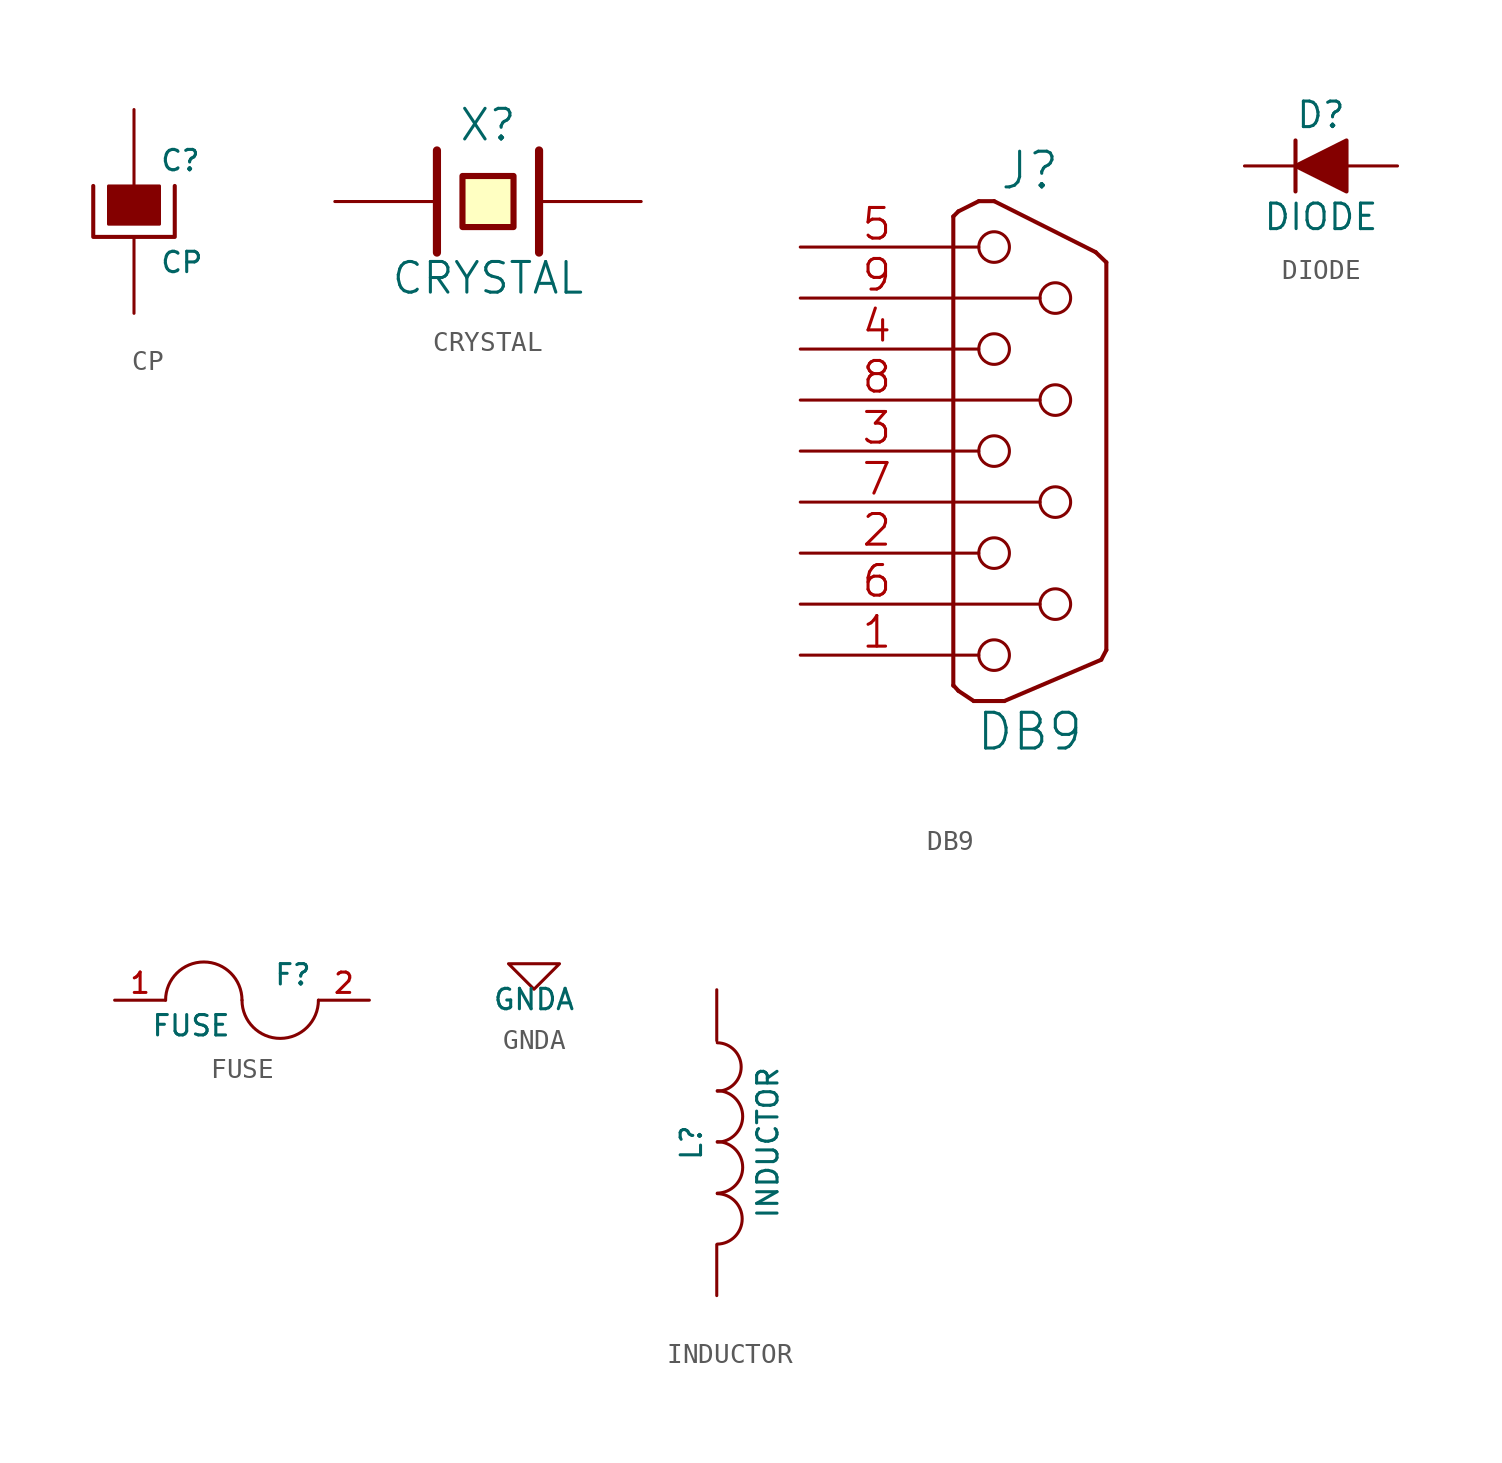
<source format=kicad_sym>
(kicad_symbol_lib
  (version 20201005)
  (generator kicad_symbol_editor)
  (symbol "kit-coldfire_schlib:CP"
    (pin_numbers hide)
    (pin_names
      (offset 0.254) hide)
    (property "Reference" "C"
      (at 1.27 2.54 0)
      (effects (font (size 1.016 1.016)) (justify left)))
    (property "Value" "CP"
      (at 1.27 -2.54 0)
      (effects (font (size 1.016 1.016)) (justify left)))
    (property "Footprint" ""
      (at 2.54 -3.81 0)
      (effects (font (size 0.762 0.762))))
    (property "Datasheet" ""
      (at 1.27 2.54 0)
      (effects (font (size 0.762 0.762))))
    (symbol "CP_0_1"
      (rectangle (start -1.27 1.27) (end 1.27 -0.635) (stroke (width 0)) (fill (type outline)))
      (polyline (pts (xy -2.032 1.27) (xy -2.032 -1.27) (xy 2.032 -1.27) (xy 2.032 1.27)) (stroke (width 0.203)) (fill (type none))))
    (symbol "CP_1_1"
      (pin passive line (at 0 5.08 270) (length 3.81) (name "~" (effects (font (size 1.016 1.016)))) (number "1" (effects (font (size 1.016 1.016)))))
      (pin passive line (at 0 -5.08 90) (length 3.81) (name "~" (effects (font (size 1.016 1.016)))) (number "2" (effects (font (size 1.016 1.016)))))))
  (symbol "kit-coldfire_schlib:CRYSTAL"
    (pin_numbers hide)
    (pin_names
      (offset 1.016) hide)
    (property "Reference" "X"
      (at 0 3.81 0)
      (effects (font (size 1.524 1.524))))
    (property "Value" "CRYSTAL"
      (at 0 -3.81 0)
      (effects (font (size 1.524 1.524))))
    (property "Footprint" ""
      (at 0 0 0)
      (effects (font (size 1.524 1.524))))
    (property "Datasheet" ""
      (at 0 0 0)
      (effects (font (size 1.524 1.524))))
    (symbol "CRYSTAL_0_1"
      (polyline (pts (xy -2.54 2.54) (xy -2.54 -2.54)) (stroke (width 0.406)) (fill (type none)))
      (polyline (pts (xy 2.54 2.54) (xy 2.54 -2.54)) (stroke (width 0.406)) (fill (type none)))
      (polyline (pts (xy -1.27 1.27) (xy 1.27 1.27) (xy 1.27 -1.27) (xy -1.27 -1.27) (xy -1.27 1.27)) (stroke (width 0.305)) (fill (type background))))
    (symbol "CRYSTAL_1_1"
      (pin passive line (at -7.62 0 0) (length 5.08) (name "1" (effects (font (size 1.016 1.016)))) (number "1" (effects (font (size 1.016 1.016)))))
      (pin passive line (at 7.62 0 180) (length 5.08) (name "2" (effects (font (size 1.016 1.016)))) (number "2" (effects (font (size 1.016 1.016)))))))
  (symbol "kit-coldfire_schlib:DB9"
    (pin_names
      (offset 1.016) hide)
    (property "Reference" "J"
      (at 0 13.97 0)
      (effects (font (size 1.778 1.778))))
    (property "Value" "DB9"
      (at 0 -13.97 0)
      (effects (font (size 1.778 1.778))))
    (property "Footprint" ""
      (at 0 0 0)
      (effects (font (size 1.524 1.524))))
    (property "Datasheet" ""
      (at 0 0 0)
      (effects (font (size 1.524 1.524))))
    (symbol "DB9_0_1"
      (circle (center -1.778 -10.16) (radius 0.762) (stroke (width 0)) (fill (type none)))
      (circle (center -1.778 -5.08) (radius 0.762) (stroke (width 0)) (fill (type none)))
      (circle (center -1.778 0) (radius 0.762) (stroke (width 0)) (fill (type none)))
      (circle (center -1.778 5.08) (radius 0.762) (stroke (width 0)) (fill (type none)))
      (circle (center -1.778 10.16) (radius 0.762) (stroke (width 0)) (fill (type none)))
      (circle (center 1.27 -7.62) (radius 0.762) (stroke (width 0)) (fill (type none)))
      (circle (center 1.27 -2.54) (radius 0.762) (stroke (width 0)) (fill (type none)))
      (circle (center 1.27 2.54) (radius 0.762) (stroke (width 0)) (fill (type none)))
      (circle (center 1.27 7.62) (radius 0.762) (stroke (width 0)) (fill (type none)))
      (polyline (pts (xy -3.81 -11.684) (xy -3.81 11.684)) (stroke (width 0.203)) (fill (type none)))
      (polyline (pts (xy -3.81 -11.659) (xy -3.556 -11.938)) (stroke (width 0.203)) (fill (type none)))
      (polyline (pts (xy -3.81 -10.16) (xy -2.54 -10.16)) (stroke (width 0)) (fill (type none)))
      (polyline (pts (xy -3.81 -7.62) (xy 0.508 -7.62)) (stroke (width 0)) (fill (type none)))
      (polyline (pts (xy -3.81 -5.08) (xy -2.54 -5.08)) (stroke (width 0)) (fill (type none)))
      (polyline (pts (xy -3.81 -2.54) (xy 0.508 -2.54)) (stroke (width 0)) (fill (type none)))
      (polyline (pts (xy -3.81 0) (xy -2.54 0)) (stroke (width 0)) (fill (type none)))
      (polyline (pts (xy -3.81 2.54) (xy 0.508 2.54)) (stroke (width 0)) (fill (type none)))
      (polyline (pts (xy -3.81 5.08) (xy -2.54 5.08)) (stroke (width 0)) (fill (type none)))
      (polyline (pts (xy -3.81 7.62) (xy 0.508 7.62)) (stroke (width 0)) (fill (type none)))
      (polyline (pts (xy -3.81 10.16) (xy -2.54 10.16)) (stroke (width 0)) (fill (type none)))
      (polyline (pts (xy -3.556 -11.938) (xy -2.794 -12.446)) (stroke (width 0.203)) (fill (type none)))
      (polyline (pts (xy -3.556 11.938) (xy -3.81 11.684)) (stroke (width 0.203)) (fill (type none)))
      (polyline (pts (xy -3.556 11.938) (xy -2.54 12.446)) (stroke (width 0.203)) (fill (type none)))
      (polyline (pts (xy -2.794 -12.446) (xy -1.27 -12.446)) (stroke (width 0.203)) (fill (type none)))
      (polyline (pts (xy -2.54 12.446) (xy -1.778 12.446)) (stroke (width 0.203)) (fill (type none)))
      (polyline (pts (xy 3.277 9.906) (xy -1.778 12.446)) (stroke (width 0.203)) (fill (type none)))
      (polyline (pts (xy 3.277 9.906) (xy 3.81 9.398)) (stroke (width 0.203)) (fill (type none)))
      (polyline (pts (xy 3.556 -10.389) (xy -1.27 -12.446)) (stroke (width 0.203)) (fill (type none)))
      (polyline (pts (xy 3.81 -9.906) (xy 3.556 -10.389)) (stroke (width 0.203)) (fill (type none)))
      (polyline (pts (xy 3.81 9.398) (xy 3.81 -9.906)) (stroke (width 0.203)) (fill (type none))))
    (symbol "DB9_1_1"
      (pin passive line (at -11.43 -10.16 0) (length 7.62) (name "1" (effects (font (size 1.524 1.524)))) (number "1" (effects (font (size 1.524 1.524)))))
      (pin passive line (at -11.43 -5.08 0) (length 7.62) (name "2" (effects (font (size 1.524 1.524)))) (number "2" (effects (font (size 1.524 1.524)))))
      (pin passive line (at -11.43 0 0) (length 7.62) (name "3" (effects (font (size 1.524 1.524)))) (number "3" (effects (font (size 1.524 1.524)))))
      (pin passive line (at -11.43 5.08 0) (length 7.62) (name "4" (effects (font (size 1.524 1.524)))) (number "4" (effects (font (size 1.524 1.524)))))
      (pin passive line (at -11.43 10.16 0) (length 7.62) (name "5" (effects (font (size 1.524 1.524)))) (number "5" (effects (font (size 1.524 1.524)))))
      (pin passive line (at -11.43 -7.62 0) (length 7.62) (name "P6" (effects (font (size 1.524 1.524)))) (number "6" (effects (font (size 1.524 1.524)))))
      (pin passive line (at -11.43 -2.54 0) (length 7.62) (name "P7" (effects (font (size 1.524 1.524)))) (number "7" (effects (font (size 1.524 1.524)))))
      (pin passive line (at -11.43 2.54 0) (length 7.62) (name "P8" (effects (font (size 1.524 1.524)))) (number "8" (effects (font (size 1.524 1.524)))))
      (pin passive line (at -11.43 7.62 0) (length 7.62) (name "P9" (effects (font (size 1.524 1.524)))) (number "9" (effects (font (size 1.524 1.524)))))))
  (symbol "kit-coldfire_schlib:DIODE"
    (pin_numbers hide)
    (pin_names
      (offset 1.016) hide)
    (property "Reference" "D"
      (at 0 2.54 0)
      (effects (font (size 1.27 1.27))))
    (property "Value" "DIODE"
      (at 0 -2.54 0)
      (effects (font (size 1.27 1.27))))
    (symbol "DIODE_0_1"
      (polyline (pts (xy -1.27 1.27) (xy -1.27 -1.27)) (stroke (width 0.203)) (fill (type none)))
      (polyline (pts (xy 1.27 0) (xy -1.27 0)) (stroke (width 0)) (fill (type none)))
      (polyline (pts (xy 1.27 1.27) (xy 1.27 -1.27) (xy -1.27 0) (xy 1.27 1.27)) (stroke (width 0.203)) (fill (type outline))))
    (symbol "DIODE_1_1"
      (pin passive line (at -3.81 0 0) (length 2.54) (name "K" (effects (font (size 1.27 1.27)))) (number "1" (effects (font (size 1.27 1.27)))))
      (pin passive line (at 3.81 0 180) (length 2.54) (name "A" (effects (font (size 1.27 1.27)))) (number "2" (effects (font (size 1.27 1.27)))))))
  (symbol "kit-coldfire_schlib:FUSE"
    (pin_names
      (offset 0.254))
    (property "Reference" "F"
      (at 2.54 1.27 0)
      (effects (font (size 1.016 1.016))))
    (property "Value" "FUSE"
      (at -2.54 -1.27 0)
      (effects (font (size 1.016 1.016))))
    (property "Footprint" ""
      (at 0 0 0)
      (effects (font (size 1.524 1.524))))
    (property "Datasheet" ""
      (at 0 0 0)
      (effects (font (size 1.524 1.524))))
    (symbol "FUSE_0_1"
      (arc (start 0 0) (end -3.81 0) (radius (at -1.905 0) (length 1.905) (angles 0.1 179.9)) (stroke (width 0)) (fill (type none)))
      (arc (start 0 0) (end 3.81 0) (radius (at 1.905 0) (length 1.905) (angles -179.9 -0.1)) (stroke (width 0)) (fill (type none))))
    (symbol "FUSE_1_1"
      (pin input line (at -6.35 0 0) (length 2.54) (name "~" (effects (font (size 1.016 1.016)))) (number "1" (effects (font (size 1.016 1.016)))))
      (pin input line (at 6.35 0 180) (length 2.54) (name "~" (effects (font (size 1.016 1.016)))) (number "2" (effects (font (size 1.016 1.016)))))))
  (symbol "kit-coldfire_schlib:GNDA"
    (power)
    (pin_names
      (offset 0))
    (property "Reference" "#PWR"
      (at 0 0 0)
      (effects (font (size 1.016 1.016)) hide))
    (property "Value" "GNDA"
      (at 0 -1.778 0)
      (effects (font (size 1.016 1.016))))
    (property "Footprint" ""
      (at 0 0 0)
      (effects (font (size 1.524 1.524))))
    (property "Datasheet" ""
      (at 0 0 0)
      (effects (font (size 1.524 1.524))))
    (symbol "GNDA_0_1"
      (polyline (pts (xy -1.27 0) (xy 0 -1.27) (xy 1.27 0) (xy -1.27 0)) (stroke (width 0)) (fill (type none))))
    (symbol "GNDA_1_1"
      (pin power_in line (at 0 0 90) (length 0) hide (name "GNDA" (effects (font (size 1.016 1.016)))) (number "1" (effects (font (size 1.016 1.016)))))))
  (symbol "kit-coldfire_schlib:INDUCTOR"
    (pin_numbers hide)
    (pin_names
      (offset 1.016) hide)
    (property "Reference" "L"
      (at -1.27 0 90)
      (effects (font (size 1.016 1.016))))
    (property "Value" "INDUCTOR"
      (at 2.54 0 90)
      (effects (font (size 1.016 1.016))))
    (property "Footprint" ""
      (at 0 0 0)
      (effects (font (size 1.524 1.524))))
    (property "Datasheet" ""
      (at 0 0 0)
      (effects (font (size 1.524 1.524))))
    (symbol "INDUCTOR_0_1"
      (arc (start 0.0254 -5.0546) (end 0.0254 -2.54) (radius (at 0 -3.81) (length 1.27) (angles -88.9 88.9)) (stroke (width 0)) (fill (type none)))
      (arc (start 0.0254 -2.5146) (end 0.0254 0.0508) (radius (at 0 -1.2446) (length 1.2954) (angles -88.9 88.9)) (stroke (width 0)) (fill (type none)))
      (arc (start 0.0254 0.0254) (end 0.0254 2.5908) (radius (at 0 1.2954) (length 1.2954) (angles -88.9 88.9)) (stroke (width 0)) (fill (type none)))
      (arc (start 0.0254 2.5654) (end 0.0254 4.9784) (radius (at 0 3.7592) (length 1.2192) (angles -88.9 88.9)) (stroke (width 0)) (fill (type none))))
    (symbol "INDUCTOR_1_1"
      (pin passive line (at 0 7.62 270) (length 2.54) (name "1" (effects (font (size 1.778 1.778)))) (number "1" (effects (font (size 1.778 1.778)))))
      (pin passive line (at 0 -7.62 90) (length 2.54) (name "2" (effects (font (size 1.778 1.778)))) (number "2" (effects (font (size 1.778 1.778))))))))
</source>
